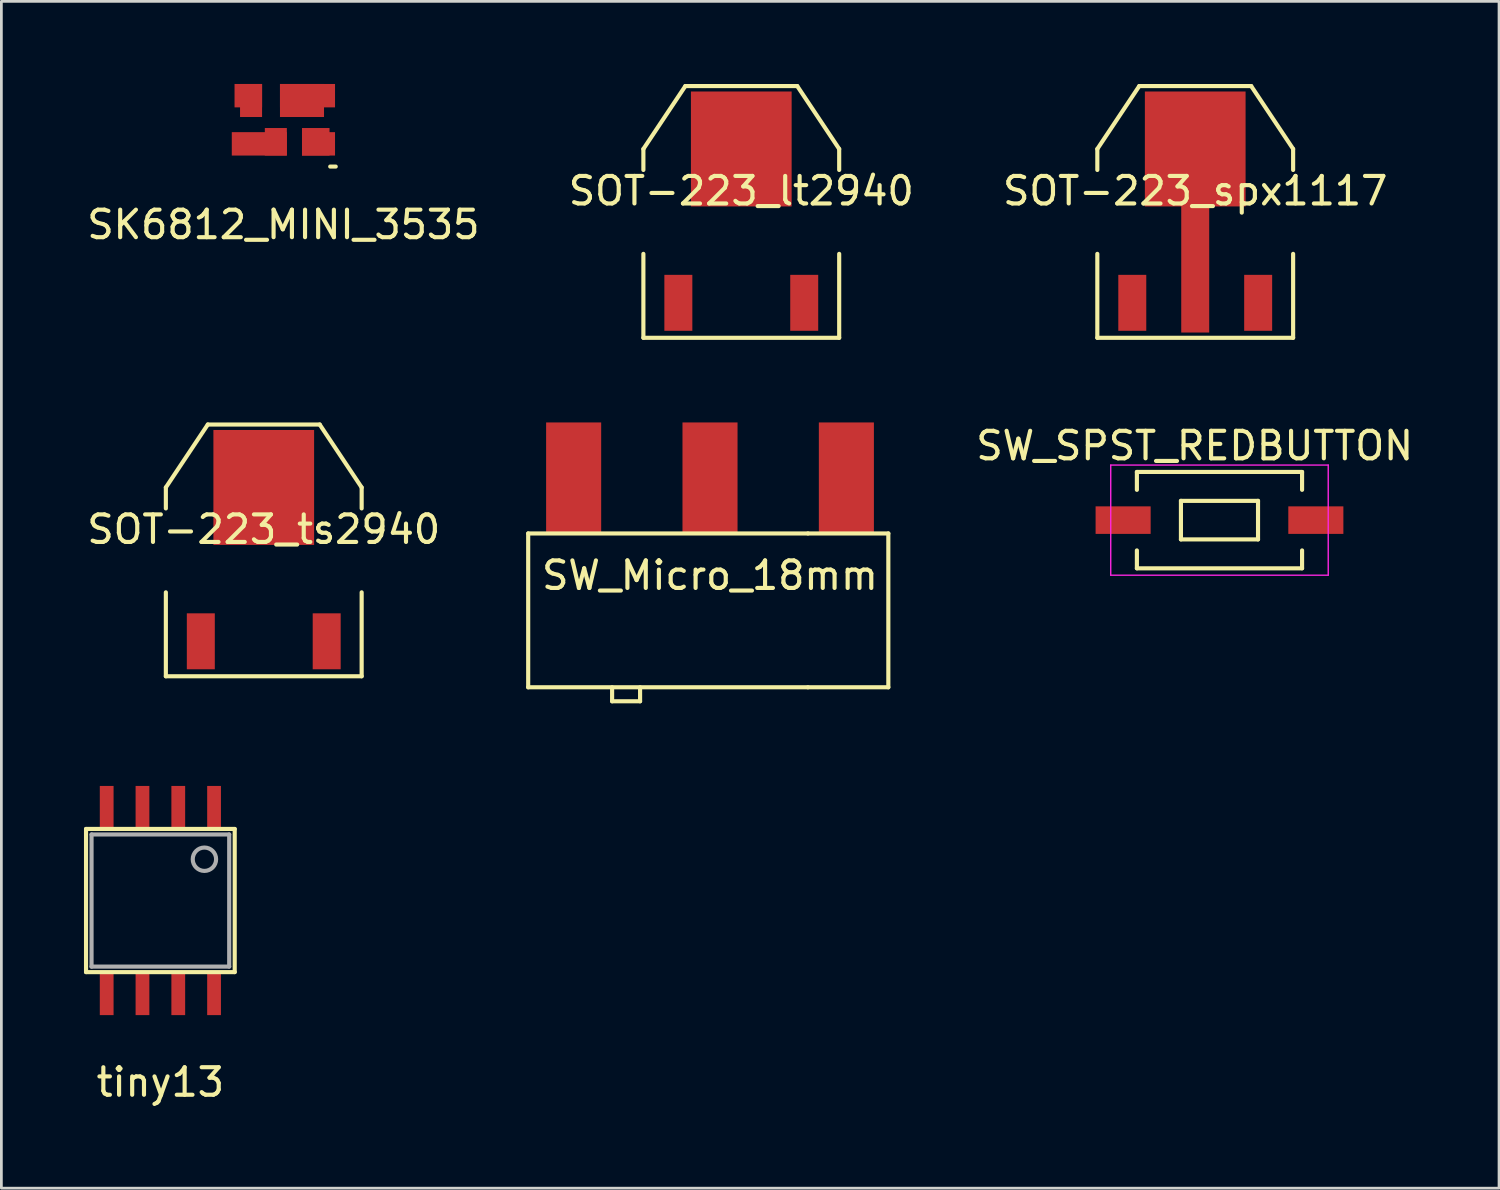
<source format=kicad_pcb>
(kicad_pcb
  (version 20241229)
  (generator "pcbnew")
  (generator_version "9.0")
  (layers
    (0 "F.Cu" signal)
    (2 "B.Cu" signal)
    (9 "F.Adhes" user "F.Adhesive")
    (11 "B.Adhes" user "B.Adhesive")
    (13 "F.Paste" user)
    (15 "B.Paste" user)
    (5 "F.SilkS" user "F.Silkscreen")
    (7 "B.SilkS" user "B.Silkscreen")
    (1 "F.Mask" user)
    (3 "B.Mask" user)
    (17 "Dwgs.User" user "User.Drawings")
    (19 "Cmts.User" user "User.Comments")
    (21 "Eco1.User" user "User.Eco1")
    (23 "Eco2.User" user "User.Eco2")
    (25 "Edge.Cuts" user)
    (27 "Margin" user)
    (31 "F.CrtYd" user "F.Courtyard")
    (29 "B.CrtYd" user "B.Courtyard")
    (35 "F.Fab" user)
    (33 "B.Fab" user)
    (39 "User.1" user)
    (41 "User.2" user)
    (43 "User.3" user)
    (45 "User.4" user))
  (footprint "SOT-223_lt2940"
    (layer "F.Cu")
    (at 23.875 4.647)
    (property "Reference" "SOT-223_lt2940" (at 0 -0.762 0) (layer "F.SilkS") (effects (font (size 1 1) (thickness 0.15))))
    (attr smd)
    (fp_line (start -3.556 -2.286) (end -2.032 -4.572) (stroke (width 0.15) (type solid)) (layer "F.SilkS"))
    (fp_line (start -3.556 -1.524) (end -3.556 -2.286) (stroke (width 0.15) (type solid)) (layer "F.SilkS"))
    (fp_line (start -3.556 1.524) (end -3.556 4.572) (stroke (width 0.15) (type solid)) (layer "F.SilkS"))
    (fp_line (start -3.556 4.572) (end 3.556 4.572) (stroke (width 0.15) (type solid)) (layer "F.SilkS"))
    (fp_line (start -2.032 -4.572) (end 2.032 -4.572) (stroke (width 0.15) (type solid)) (layer "F.SilkS"))
    (fp_line (start 2.032 -4.572) (end 3.556 -2.286) (stroke (width 0.15) (type solid)) (layer "F.SilkS"))
    (fp_line (start 3.556 -2.286) (end 3.556 -1.524) (stroke (width 0.15) (type solid)) (layer "F.SilkS"))
    (fp_line (start 3.556 4.572) (end 3.556 1.524) (stroke (width 0.15) (type solid)) (layer "F.SilkS"))
    (pad "1" smd rect (at -2.286 3.302) (size 1.016 2.032) (layers "F.Cu" "F.Mask" "F.Paste"))
    (pad "2" smd rect (at 0 -2.286) (size 3.658 4.175) (layers "F.Cu" "F.Mask" "F.Paste"))
    (pad "3" smd rect (at 2.286 3.302) (size 1.016 2.032) (layers "F.Cu" "F.Mask" "F.Paste")))
  (footprint "SK6812_MINI_3535"
    (layer "F.Cu")
    (at 7.244 1.3)
    (property "Reference" "SK6812_MINI_3535" (at 0 3.81 0) (layer "F.SilkS") (effects (font (size 1 1) (thickness 0.15))))
    (fp_line (start 1.9 1.7) (end 1.7 1.7) (stroke (width 0.15) (type solid)) (layer "F.SilkS"))
    (pad "1" smd rect (at -1.275 -0.875) (size 1 0.85) (layers "F.Cu" "F.Mask" "F.Paste"))
    (pad "1" smd rect (at -1.175 -0.7) (size 0.8 1.2) (layers "F.Cu" "F.Mask" "F.Paste"))
    (pad "2" smd rect (at -0.875 0.875) (size 2 0.85) (layers "F.Cu" "F.Mask" "F.Paste"))
    (pad "2" smd rect (at -0.275 0.8) (size 0.8 1) (layers "F.Cu" "F.Mask" "F.Paste"))
    (pad "3" smd rect (at 1.175 0.8) (size 1 1) (layers "F.Cu" "F.Mask" "F.Paste"))
    (pad "3" smd rect (at 1.275 0.875) (size 1.2 0.85) (layers "F.Cu" "F.Mask" "F.Paste"))
    (pad "4" smd rect (at 0.675 -0.7) (size 1.6 1.2) (layers "F.Cu" "F.Mask" "F.Paste"))
    (pad "4" smd rect (at 0.875 -0.875) (size 2 0.85) (layers "F.Cu" "F.Mask" "F.Paste")))
  (footprint "SW_Micro_18mm"
    (layer "F.Cu")
    (at 22.739 14.294)
    (property "Reference" "SW_Micro_18mm" (at 0 3.556 0) (layer "F.SilkS") (effects (font (size 1 1) (thickness 0.15))))
    (attr through_hole)
    (fp_line (start -6.604 2.032) (end -6.604 7.62) (stroke (width 0.15) (type solid)) (layer "F.SilkS"))
    (fp_line (start -6.604 2.032) (end 3.556 2.032) (stroke (width 0.15) (type solid)) (layer "F.SilkS"))
    (fp_line (start -3.556 7.62) (end -3.556 8.128) (stroke (width 0.15) (type solid)) (layer "F.SilkS"))
    (fp_line (start -3.556 8.128) (end -2.54 8.128) (stroke (width 0.15) (type solid)) (layer "F.SilkS"))
    (fp_line (start -2.54 8.128) (end -2.54 7.62) (stroke (width 0.15) (type solid)) (layer "F.SilkS"))
    (fp_line (start 3.556 2.032) (end 6.477 2.032) (stroke (width 0.15) (type solid)) (layer "F.SilkS"))
    (fp_line (start 3.556 7.62) (end -6.604 7.62) (stroke (width 0.15) (type solid)) (layer "F.SilkS"))
    (fp_line (start 3.556 7.62) (end 6.477 7.62) (stroke (width 0.15) (type solid)) (layer "F.SilkS"))
    (fp_line (start 6.477 2.032) (end 6.477 7.62) (stroke (width 0.15) (type solid)) (layer "F.SilkS"))
    (pad "1" smd rect (at -4.953 0) (size 2 4) (layers "F.Cu" "F.Mask" "F.Paste"))
    (pad "2" smd rect (at 0 0) (size 2 4) (layers "F.Cu" "F.Mask" "F.Paste"))
    (pad "3" smd rect (at 4.953 0) (size 2 4) (layers "F.Cu" "F.Mask" "F.Paste")))
  (footprint "SW_SPST_REDBUTTON"
    (layer "F.Cu")
    (at 41.244 15.842)
    (property "Reference" "SW_SPST_REDBUTTON" (at -0.9 -2.7 0) (layer "F.SilkS") (effects (font (size 1 1) (thickness 0.15))))
    (attr smd)
    (fp_line (start -3 -1.75) (end -3 -1.1) (stroke (width 0.15) (type solid)) (layer "F.SilkS"))
    (fp_line (start -3 1.1) (end -3 1.75) (stroke (width 0.15) (type solid)) (layer "F.SilkS"))
    (fp_line (start -3 1.75) (end 3 1.75) (stroke (width 0.15) (type solid)) (layer "F.SilkS"))
    (fp_line (start -1.4 -0.7) (end 1.4 -0.7) (stroke (width 0.15) (type solid)) (layer "F.SilkS"))
    (fp_line (start -1.4 0.7) (end -1.4 -0.7) (stroke (width 0.15) (type solid)) (layer "F.SilkS"))
    (fp_line (start 1.4 -0.7) (end 1.4 0.7) (stroke (width 0.15) (type solid)) (layer "F.SilkS"))
    (fp_line (start 1.4 0.7) (end -1.4 0.7) (stroke (width 0.15) (type solid)) (layer "F.SilkS"))
    (fp_line (start 3 -1.75) (end -3 -1.75) (stroke (width 0.15) (type solid)) (layer "F.SilkS"))
    (fp_line (start 3 -1.75) (end 3 -1.1) (stroke (width 0.15) (type solid)) (layer "F.SilkS"))
    (fp_line (start 3 1.75) (end 3 1.1) (stroke (width 0.15) (type solid)) (layer "F.SilkS"))
    (fp_line (start -3.95 -2) (end 3.95 -2) (stroke (width 0.05) (type solid)) (layer "F.CrtYd"))
    (fp_line (start -3.95 2) (end -3.95 -2) (stroke (width 0.05) (type solid)) (layer "F.CrtYd"))
    (fp_line (start 3.95 -2) (end 3.95 2) (stroke (width 0.05) (type solid)) (layer "F.CrtYd"))
    (fp_line (start 3.95 2) (end -3.95 2) (stroke (width 0.05) (type solid)) (layer "F.CrtYd"))
    (pad "1" smd rect (at -3.5 0) (size 2 1) (layers "F.Cu" "F.Mask" "F.Paste"))
    (pad "2" smd rect (at 3.5 0) (size 2 1) (layers "F.Cu" "F.Mask" "F.Paste")))
  (footprint "tiny13"
    (layer "F.Cu")
    (at 2.775 29.659)
    (property "Reference" "tiny13" (at 0 6.6 0) (layer "F.SilkS") (effects (font (size 1 1) (thickness 0.15))))
    (attr through_hole)
    (fp_line (start -2.7 -2.6) (end -2.7 2.6) (stroke (width 0.15) (type solid)) (layer "F.SilkS"))
    (fp_line (start -2.7 2.6) (end 2.7 2.6) (stroke (width 0.15) (type solid)) (layer "F.SilkS"))
    (fp_line (start 2.7 -2.6) (end -2.7 -2.6) (stroke (width 0.15) (type solid)) (layer "F.SilkS"))
    (fp_line (start 2.7 2.6) (end 2.7 -2.6) (stroke (width 0.15) (type solid)) (layer "F.SilkS"))
    (fp_line (start -2.5 -2.4) (end 2.5 -2.4) (stroke (width 0.15) (type solid)) (layer "F.Fab"))
    (fp_line (start -2.5 2.4) (end -2.5 -2.4) (stroke (width 0.15) (type solid)) (layer "F.Fab"))
    (fp_line (start 2.5 -2.4) (end 2.5 2.4) (stroke (width 0.15) (type solid)) (layer "F.Fab"))
    (fp_line (start 2.5 2.4) (end -2.5 2.4) (stroke (width 0.15) (type solid)) (layer "F.Fab"))
    (fp_circle (center 1.6 -1.5) (end 1.9 -1.8) (stroke (width 0.15) (type solid)) (fill no) (layer "F.Fab"))
    (pad "1" smd rect (at 1.95 -3.4) (size 0.5 1.524) (layers "F.Cu" "F.Mask" "F.Paste"))
    (pad "2" smd rect (at 0.65 -3.4) (size 0.5 1.524) (layers "F.Cu" "F.Mask" "F.Paste"))
    (pad "3" smd rect (at -0.65 -3.4) (size 0.5 1.524) (layers "F.Cu" "F.Mask" "F.Paste"))
    (pad "4" smd rect (at -1.95 -3.4) (size 0.5 1.524) (layers "F.Cu" "F.Mask" "F.Paste"))
    (pad "5" smd rect (at -1.95 3.4) (size 0.5 1.524) (layers "F.Cu" "F.Mask" "F.Paste"))
    (pad "6" smd rect (at -0.65 3.4) (size 0.5 1.524) (layers "F.Cu" "F.Mask" "F.Paste"))
    (pad "7" smd rect (at 0.65 3.4) (size 0.5 1.524) (layers "F.Cu" "F.Mask" "F.Paste"))
    (pad "8" smd rect (at 1.95 3.4) (size 0.5 1.524) (layers "F.Cu" "F.Mask" "F.Paste")))
  (footprint "SOT-223_ts2940"
    (layer "F.Cu")
    (at 6.53 16.941)
    (property "Reference" "SOT-223_ts2940" (at 0 -0.762 0) (layer "F.SilkS") (effects (font (size 1 1) (thickness 0.15))))
    (attr smd)
    (fp_line (start -3.556 -2.286) (end -2.032 -4.572) (stroke (width 0.15) (type solid)) (layer "F.SilkS"))
    (fp_line (start -3.556 -1.524) (end -3.556 -2.286) (stroke (width 0.15) (type solid)) (layer "F.SilkS"))
    (fp_line (start -3.556 1.524) (end -3.556 4.572) (stroke (width 0.15) (type solid)) (layer "F.SilkS"))
    (fp_line (start -3.556 4.572) (end 3.556 4.572) (stroke (width 0.15) (type solid)) (layer "F.SilkS"))
    (fp_line (start -2.032 -4.572) (end 2.032 -4.572) (stroke (width 0.15) (type solid)) (layer "F.SilkS"))
    (fp_line (start 2.032 -4.572) (end 3.556 -2.286) (stroke (width 0.15) (type solid)) (layer "F.SilkS"))
    (fp_line (start 3.556 -2.286) (end 3.556 -1.524) (stroke (width 0.15) (type solid)) (layer "F.SilkS"))
    (fp_line (start 3.556 4.572) (end 3.556 1.524) (stroke (width 0.15) (type solid)) (layer "F.SilkS"))
    (pad "1" smd rect (at -2.286 3.302) (size 1.016 2.032) (layers "F.Cu" "F.Mask" "F.Paste"))
    (pad "2" smd rect (at 0 -2.286) (size 3.658 4.175) (layers "F.Cu" "F.Mask" "F.Paste"))
    (pad "3" smd rect (at 2.286 3.302) (size 1.016 2.032) (layers "F.Cu" "F.Mask" "F.Paste")))
  (footprint "SOT-223_spx1117"
    (layer "F.Cu")
    (at 40.363 4.647)
    (property "Reference" "SOT-223_spx1117" (at 0 -0.762 0) (layer "F.SilkS") (effects (font (size 1 1) (thickness 0.15))))
    (attr smd)
    (fp_line (start -3.556 -2.286) (end -2.032 -4.572) (stroke (width 0.15) (type solid)) (layer "F.SilkS"))
    (fp_line (start -3.556 -1.524) (end -3.556 -2.286) (stroke (width 0.15) (type solid)) (layer "F.SilkS"))
    (fp_line (start -3.556 1.524) (end -3.556 4.572) (stroke (width 0.15) (type solid)) (layer "F.SilkS"))
    (fp_line (start -3.556 4.572) (end 3.556 4.572) (stroke (width 0.15) (type solid)) (layer "F.SilkS"))
    (fp_line (start -2.032 -4.572) (end 2.032 -4.572) (stroke (width 0.15) (type solid)) (layer "F.SilkS"))
    (fp_line (start 2.032 -4.572) (end 3.556 -2.286) (stroke (width 0.15) (type solid)) (layer "F.SilkS"))
    (fp_line (start 3.556 -2.286) (end 3.556 -1.524) (stroke (width 0.15) (type solid)) (layer "F.SilkS"))
    (fp_line (start 3.556 4.572) (end 3.556 1.524) (stroke (width 0.15) (type solid)) (layer "F.SilkS"))
    (pad "1" smd rect (at -2.286 3.302) (size 1.016 2.032) (layers "F.Cu" "F.Mask" "F.Paste"))
    (pad "2" smd rect (at 0 0.381) (size 1.016 8) (layers "F.Cu" "F.Mask" "F.Paste"))
    (pad "3" smd rect (at 2.286 3.302) (size 1.016 2.032) (layers "F.Cu" "F.Mask" "F.Paste"))
    (pad "4" smd rect (at 0 -2.286) (size 3.658 4.175) (layers "F.Cu" "F.Mask" "F.Paste")))
  (gr_rect
    (start -3 -3)
    (end 51.398 40.107)
    (stroke (width 0.1) (type default))
    (fill no)
    (layer "Edge.Cuts")))
</source>
